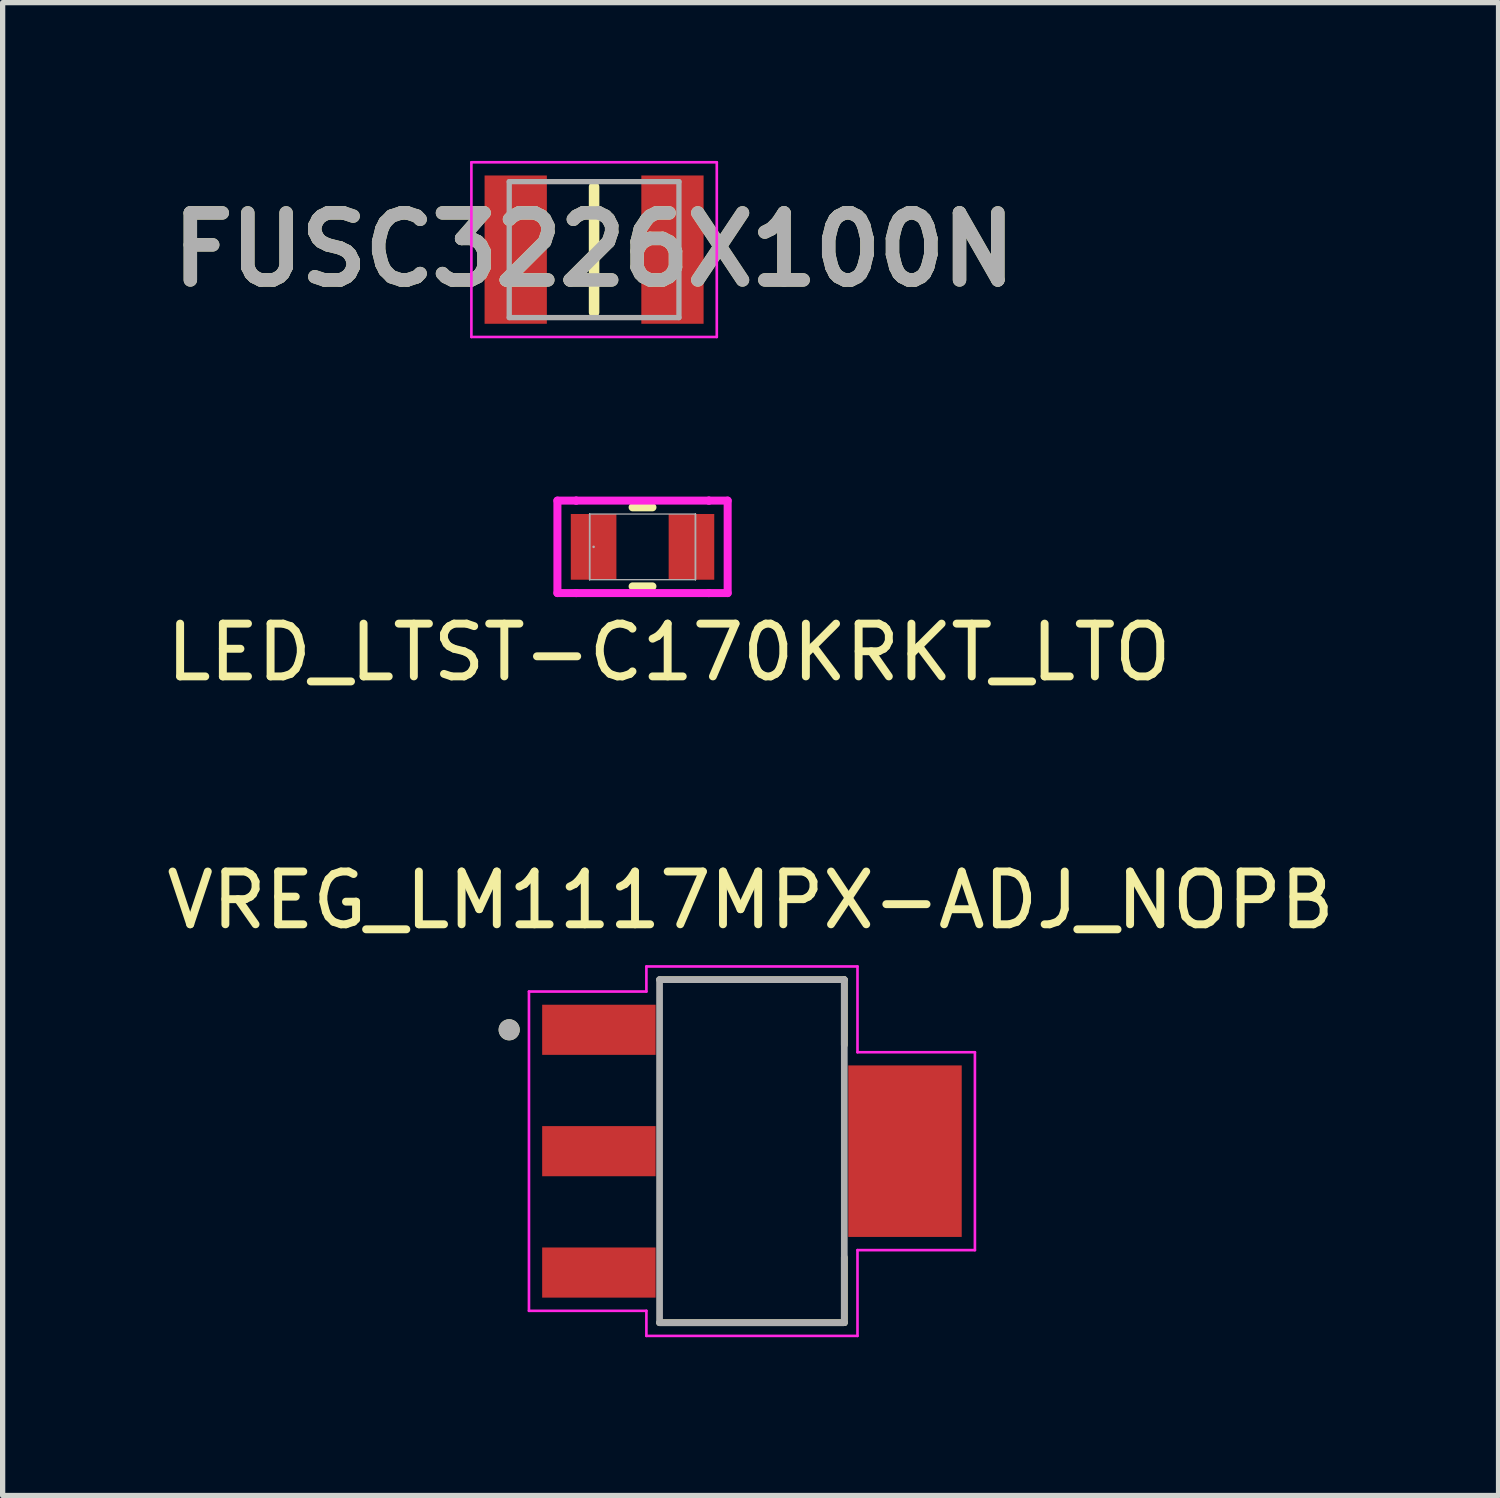
<source format=kicad_pcb>
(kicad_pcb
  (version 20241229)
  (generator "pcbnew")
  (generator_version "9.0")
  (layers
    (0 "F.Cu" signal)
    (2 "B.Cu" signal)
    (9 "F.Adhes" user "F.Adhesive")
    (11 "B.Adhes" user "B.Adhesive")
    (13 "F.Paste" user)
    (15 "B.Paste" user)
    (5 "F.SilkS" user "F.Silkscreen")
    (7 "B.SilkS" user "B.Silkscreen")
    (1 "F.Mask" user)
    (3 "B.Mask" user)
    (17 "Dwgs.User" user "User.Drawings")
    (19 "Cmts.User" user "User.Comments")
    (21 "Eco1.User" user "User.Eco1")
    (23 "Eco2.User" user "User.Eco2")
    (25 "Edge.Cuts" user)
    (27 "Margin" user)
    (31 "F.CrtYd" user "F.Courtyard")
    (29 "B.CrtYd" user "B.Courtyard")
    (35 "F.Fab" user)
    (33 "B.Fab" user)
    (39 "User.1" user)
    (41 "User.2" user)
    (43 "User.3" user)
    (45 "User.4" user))
  (footprint "VREG_LM1117MPX-ADJ_NOPB"
    (layer "F.Cu")
    (at 11.198 18.763)
    (property "Reference" "VREG_LM1117MPX-ADJ_NOPB" (at -0.025 -4.754 0) (layer "F.SilkS") (effects (font (size 1 1) (thickness 0.15))))
    (attr smd)
    (fp_line (start -1.75 -3.25) (end 1.75 -3.25) (stroke (width 0.127) (type solid)) (layer "F.SilkS"))
    (fp_line (start -1.75 3.25) (end 1.75 3.25) (stroke (width 0.127) (type solid)) (layer "F.SilkS"))
    (fp_line (start 1.75 -3.25) (end 1.75 -2.01) (stroke (width 0.127) (type solid)) (layer "F.SilkS"))
    (fp_line (start 1.75 3.25) (end 1.75 2.01) (stroke (width 0.127) (type solid)) (layer "F.SilkS"))
    (fp_circle (center -4.6 -2.3) (end -4.5 -2.3) (stroke (width 0.2) (type solid)) (fill no) (layer "F.SilkS"))
    (fp_line (start -4.225 -3.025) (end -4.225 3.025) (stroke (width 0.05) (type solid)) (layer "F.CrtYd"))
    (fp_line (start -4.225 3.025) (end -2 3.025) (stroke (width 0.05) (type solid)) (layer "F.CrtYd"))
    (fp_line (start -2 -3.5) (end -2 -3.025) (stroke (width 0.05) (type solid)) (layer "F.CrtYd"))
    (fp_line (start -2 -3.025) (end -4.225 -3.025) (stroke (width 0.05) (type solid)) (layer "F.CrtYd"))
    (fp_line (start -2 3.025) (end -2 3.5) (stroke (width 0.05) (type solid)) (layer "F.CrtYd"))
    (fp_line (start -2 3.5) (end 2 3.5) (stroke (width 0.05) (type solid)) (layer "F.CrtYd"))
    (fp_line (start 2 -3.5) (end -2 -3.5) (stroke (width 0.05) (type solid)) (layer "F.CrtYd"))
    (fp_line (start 2 -1.875) (end 2 -3.5) (stroke (width 0.05) (type solid)) (layer "F.CrtYd"))
    (fp_line (start 2 1.875) (end 4.225 1.875) (stroke (width 0.05) (type solid)) (layer "F.CrtYd"))
    (fp_line (start 2 3.5) (end 2 1.875) (stroke (width 0.05) (type solid)) (layer "F.CrtYd"))
    (fp_line (start 4.225 -1.875) (end 2 -1.875) (stroke (width 0.05) (type solid)) (layer "F.CrtYd"))
    (fp_line (start 4.225 1.875) (end 4.225 -1.875) (stroke (width 0.05) (type solid)) (layer "F.CrtYd"))
    (fp_line (start -1.75 -3.25) (end -1.75 3.25) (stroke (width 0.127) (type solid)) (layer "F.Fab"))
    (fp_line (start 1.75 -3.25) (end -1.75 -3.25) (stroke (width 0.127) (type solid)) (layer "F.Fab"))
    (fp_line (start 1.75 -3.25) (end 1.75 3.25) (stroke (width 0.127) (type solid)) (layer "F.Fab"))
    (fp_line (start 1.75 3.25) (end -1.75 3.25) (stroke (width 0.127) (type solid)) (layer "F.Fab"))
    (fp_circle (center -4.6 -2.3) (end -4.5 -2.3) (stroke (width 0.2) (type solid)) (fill no) (layer "F.Fab"))
    (pad "1" smd rect (at -2.9 -2.3) (size 2.15 0.95) (layers "F.Cu" "F.Mask" "F.Paste"))
    (pad "2" smd rect (at -2.9 0) (size 2.15 0.95) (layers "F.Cu" "F.Mask" "F.Paste"))
    (pad "3" smd rect (at -2.9 2.3) (size 2.15 0.95) (layers "F.Cu" "F.Mask" "F.Paste"))
    (pad "4" smd rect (at 2.9 0) (size 2.15 3.25) (layers "F.Cu" "F.Mask" "F.Paste")))
  (footprint "FUSC3226X100N"
    (layer "F.Cu")
    (at 8.207 1.68)
    (property "Reference" "FUSC3226X100N" (at 0 0 0) (layer "F.SilkS") (effects (font (size 1.27 1.27) (thickness 0.254))))
    (attr smd)
    (fp_line (start 0 -1.188) (end 0 1.188) (stroke (width 0.2) (type solid)) (layer "F.SilkS"))
    (fp_line (start -2.325 -1.655) (end 2.325 -1.655) (stroke (width 0.05) (type solid)) (layer "F.CrtYd"))
    (fp_line (start -2.325 1.655) (end -2.325 -1.655) (stroke (width 0.05) (type solid)) (layer "F.CrtYd"))
    (fp_line (start 2.325 -1.655) (end 2.325 1.655) (stroke (width 0.05) (type solid)) (layer "F.CrtYd"))
    (fp_line (start 2.325 1.655) (end -2.325 1.655) (stroke (width 0.05) (type solid)) (layer "F.CrtYd"))
    (fp_line (start -1.608 -1.288) (end 1.608 -1.288) (stroke (width 0.1) (type solid)) (layer "F.Fab"))
    (fp_line (start -1.608 1.288) (end -1.608 -1.288) (stroke (width 0.1) (type solid)) (layer "F.Fab"))
    (fp_line (start 1.608 -1.288) (end 1.608 1.288) (stroke (width 0.1) (type solid)) (layer "F.Fab"))
    (fp_line (start 1.608 1.288) (end -1.608 1.288) (stroke (width 0.1) (type solid)) (layer "F.Fab"))
    (fp_text user "${REFERENCE}" (at 0 0 0) (layer "F.Fab") (effects (font (size 1.27 1.27) (thickness 0.254))))
    (pad "1" smd rect (at -1.485 0) (size 1.18 2.81) (layers "F.Cu" "F.Mask" "F.Paste"))
    (pad "2" smd rect (at 1.485 0) (size 1.18 2.81) (layers "F.Cu" "F.Mask" "F.Paste")))
  (footprint "LED_LTST-C170KRKT_LTO"
    (layer "F.Cu")
    (at 9.125 7.312)
    (property "Reference" "LED_LTST-C170KRKT_LTO" (at 0.5 2 0) (unlocked yes) (layer "F.SilkS") (effects (font (size 1 1) (thickness 0.15))))
    (attr smd)
    (fp_line (start -0.188 0.749) (end 0.188 0.749) (stroke (width 0.152) (type solid)) (layer "F.SilkS"))
    (fp_line (start 0.188 -0.749) (end -0.188 -0.749) (stroke (width 0.152) (type solid)) (layer "F.SilkS"))
    (fp_line (start -1.613 -0.876) (end -1.257 -0.876) (stroke (width 0.152) (type solid)) (layer "F.CrtYd"))
    (fp_line (start -1.613 0.876) (end -1.613 -0.876) (stroke (width 0.152) (type solid)) (layer "F.CrtYd"))
    (fp_line (start -1.257 -0.876) (end -1.257 -0.876) (stroke (width 0.152) (type solid)) (layer "F.CrtYd"))
    (fp_line (start -1.257 -0.876) (end 1.257 -0.876) (stroke (width 0.152) (type solid)) (layer "F.CrtYd"))
    (fp_line (start -1.257 0.876) (end -1.613 0.876) (stroke (width 0.152) (type solid)) (layer "F.CrtYd"))
    (fp_line (start -1.257 0.876) (end -1.257 0.876) (stroke (width 0.152) (type solid)) (layer "F.CrtYd"))
    (fp_line (start 1.257 -0.876) (end 1.257 -0.876) (stroke (width 0.152) (type solid)) (layer "F.CrtYd"))
    (fp_line (start 1.257 -0.876) (end 1.613 -0.876) (stroke (width 0.152) (type solid)) (layer "F.CrtYd"))
    (fp_line (start 1.257 0.876) (end -1.257 0.876) (stroke (width 0.152) (type solid)) (layer "F.CrtYd"))
    (fp_line (start 1.257 0.876) (end 1.257 0.876) (stroke (width 0.152) (type solid)) (layer "F.CrtYd"))
    (fp_line (start 1.613 -0.876) (end 1.613 0.876) (stroke (width 0.152) (type solid)) (layer "F.CrtYd"))
    (fp_line (start 1.613 0.876) (end 1.257 0.876) (stroke (width 0.152) (type solid)) (layer "F.CrtYd"))
    (fp_line (start -1.003 -0.622) (end -1.003 -0.622) (stroke (width 0.025) (type solid)) (layer "F.Fab"))
    (fp_line (start -1.003 -0.622) (end -1.003 0.622) (stroke (width 0.025) (type solid)) (layer "F.Fab"))
    (fp_line (start -1.003 -0.622) (end -1.003 0.622) (stroke (width 0.025) (type solid)) (layer "F.Fab"))
    (fp_line (start -1.003 0.622) (end -1.003 -0.622) (stroke (width 0.025) (type solid)) (layer "F.Fab"))
    (fp_line (start -1.003 0.622) (end -1.003 0.622) (stroke (width 0.025) (type solid)) (layer "F.Fab"))
    (fp_line (start -1.003 0.622) (end 1.003 0.622) (stroke (width 0.025) (type solid)) (layer "F.Fab"))
    (fp_line (start 1.003 -0.622) (end -1.003 -0.622) (stroke (width 0.025) (type solid)) (layer "F.Fab"))
    (fp_line (start 1.003 -0.622) (end 1.003 -0.622) (stroke (width 0.025) (type solid)) (layer "F.Fab"))
    (fp_line (start 1.003 -0.622) (end 1.003 0.622) (stroke (width 0.025) (type solid)) (layer "F.Fab"))
    (fp_line (start 1.003 0.622) (end 1.003 -0.622) (stroke (width 0.025) (type solid)) (layer "F.Fab"))
    (fp_line (start 1.003 0.622) (end 1.003 -0.622) (stroke (width 0.025) (type solid)) (layer "F.Fab"))
    (fp_line (start 1.003 0.622) (end 1.003 0.622) (stroke (width 0.025) (type solid)) (layer "F.Fab"))
    (fp_circle (center -0.927 0) (end -0.927 0) (stroke (width 0.025) (type solid)) (fill no) (layer "F.Fab"))
    (pad "1" smd rect (at -0.927 0) (size 0.864 1.245) (layers "F.Cu" "F.Mask" "F.Paste"))
    (pad "2" smd rect (at 0.927 0) (size 0.864 1.245) (layers "F.Cu" "F.Mask" "F.Paste"))
    (zone (net_name "") (layer "F.Cu") (hatch full 0.508) (connect_pads) (min_thickness 0.254) (filled_areas_thickness no) (keepout (tracks not_allowed) (vias not_allowed) (pads allowed) (copperpour not_allowed) (footprints allowed)) (placement (enabled no)) (fill) (polygon (pts (xy 8.681 6.741) (xy 9.57 6.741) (xy 9.57 7.884) (xy 8.681 7.884)))))
  (gr_rect
    (start -3 -3)
    (end 25.345 25.288)
    (stroke (width 0.1) (type default))
    (fill no)
    (layer "Edge.Cuts")))
</source>
